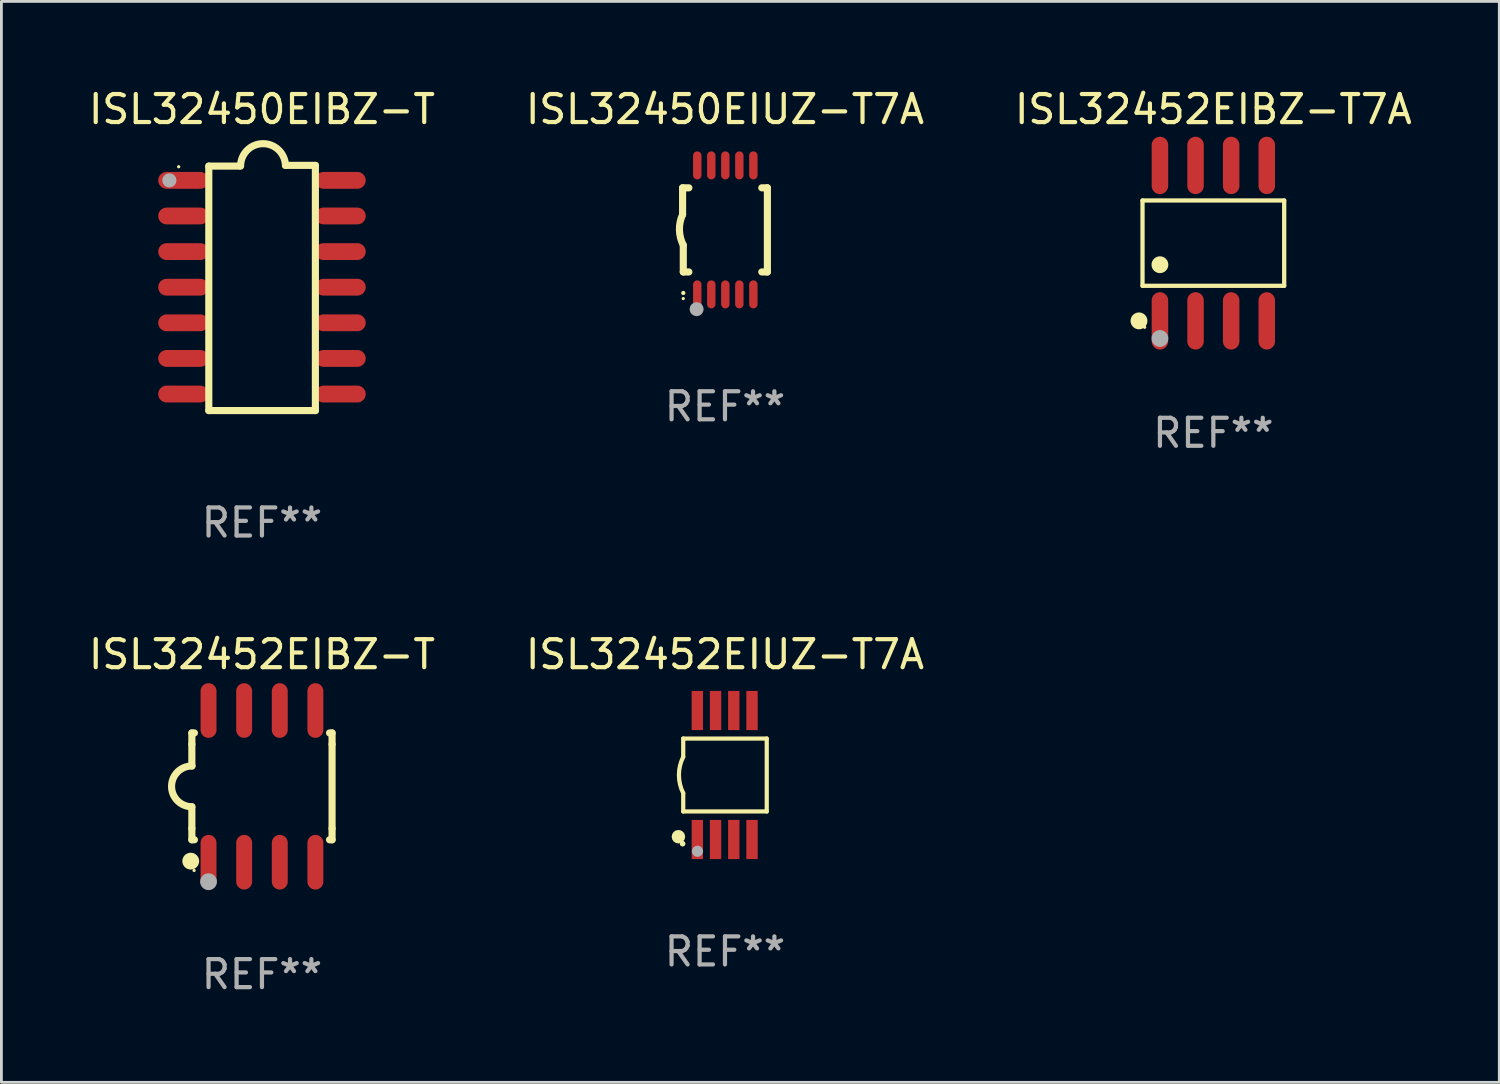
<source format=kicad_pcb>
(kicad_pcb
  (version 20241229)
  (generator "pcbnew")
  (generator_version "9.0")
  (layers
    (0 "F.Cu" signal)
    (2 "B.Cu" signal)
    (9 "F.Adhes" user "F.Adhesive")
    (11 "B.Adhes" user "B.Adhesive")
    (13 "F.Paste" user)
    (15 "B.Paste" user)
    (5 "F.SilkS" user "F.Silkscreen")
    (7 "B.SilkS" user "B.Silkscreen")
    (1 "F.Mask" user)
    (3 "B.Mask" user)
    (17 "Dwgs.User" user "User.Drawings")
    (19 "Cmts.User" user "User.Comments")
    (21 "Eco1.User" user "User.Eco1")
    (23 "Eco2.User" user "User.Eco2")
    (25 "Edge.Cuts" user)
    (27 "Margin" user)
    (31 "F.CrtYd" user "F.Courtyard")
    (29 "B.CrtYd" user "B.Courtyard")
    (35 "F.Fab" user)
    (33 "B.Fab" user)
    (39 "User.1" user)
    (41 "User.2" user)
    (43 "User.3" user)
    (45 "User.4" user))
  (footprint "ISL32450EIBZ-T"
    (layer "F.Cu")
    (at 6.292 7.22)
    (property "Reference" "ISL32450EIBZ-T" (at 0 -6.372 0) (layer "F.SilkS") (effects (font (size 1 1) (thickness 0.15))))
    (attr through_hole)
    (fp_line (start -1.896 -4.346) (end -0.813 -4.346) (stroke (width 0.254) (type solid)) (layer "F.SilkS"))
    (fp_line (start -1.896 4.372) (end -1.896 -4.346) (stroke (width 0.254) (type solid)) (layer "F.SilkS"))
    (fp_line (start 0.838 -4.372) (end 1.905 -4.372) (stroke (width 0.254) (type solid)) (layer "F.SilkS"))
    (fp_line (start 1.905 -4.372) (end 1.905 4.372) (stroke (width 0.254) (type solid)) (layer "F.SilkS"))
    (fp_line (start 1.905 4.372) (end -1.896 4.372) (stroke (width 0.254) (type solid)) (layer "F.SilkS"))
    (fp_arc (start -0.761799 -4.346291) (mid 0.025807 -5.146222) (end 0.838405 -4.371692) (stroke (width 0.254001) (type solid)) (layer "F.SilkS"))
    (fp_circle (center -2.97 -4.323) (end -2.94 -4.323) (stroke (width 0.06) (type solid)) (fill no) (layer "F.SilkS"))
    (fp_circle (center -3.302 -3.838) (end -3.175 -3.838) (stroke (width 0.254) (type solid)) (fill no) (layer "F.Fab"))
    (fp_text user "REF**" (at 0 8.372 0) (layer "F.Fab") (effects (font (size 1 1) (thickness 0.15))))
    (pad "1" smd oval (at -2.8 -3.838) (size 1.8 0.6) (layers "F.Cu" "F.Mask" "F.Paste"))
    (pad "2" smd oval (at -2.8 -2.568) (size 1.8 0.6) (layers "F.Cu" "F.Mask" "F.Paste"))
    (pad "3" smd oval (at -2.8 -1.298) (size 1.8 0.6) (layers "F.Cu" "F.Mask" "F.Paste"))
    (pad "4" smd oval (at -2.8 -0.028) (size 1.8 0.6) (layers "F.Cu" "F.Mask" "F.Paste"))
    (pad "5" smd oval (at -2.8 1.242) (size 1.8 0.6) (layers "F.Cu" "F.Mask" "F.Paste"))
    (pad "6" smd oval (at -2.8 2.512) (size 1.8 0.6) (layers "F.Cu" "F.Mask" "F.Paste"))
    (pad "7" smd oval (at -2.8 3.782) (size 1.8 0.6) (layers "F.Cu" "F.Mask" "F.Paste"))
    (pad "8" smd oval (at 2.8 3.782) (size 1.8 0.6) (layers "F.Cu" "F.Mask" "F.Paste"))
    (pad "9" smd oval (at 2.8 2.512) (size 1.8 0.6) (layers "F.Cu" "F.Mask" "F.Paste"))
    (pad "10" smd oval (at 2.8 1.242) (size 1.8 0.6) (layers "F.Cu" "F.Mask" "F.Paste"))
    (pad "11" smd oval (at 2.8 -0.028) (size 1.8 0.6) (layers "F.Cu" "F.Mask" "F.Paste"))
    (pad "12" smd oval (at 2.8 -1.298) (size 1.8 0.6) (layers "F.Cu" "F.Mask" "F.Paste"))
    (pad "13" smd oval (at 2.8 -2.568) (size 1.8 0.6) (layers "F.Cu" "F.Mask" "F.Paste"))
    (pad "14" smd oval (at 2.8 -3.838) (size 1.8 0.6) (layers "F.Cu" "F.Mask" "F.Paste")))
  (footprint "ISL32452EIBZ-T7A"
    (layer "F.Cu")
    (at 40.22 5.621)
    (property "Reference" "ISL32452EIBZ-T7A" (at 0 -4.772 0) (layer "F.SilkS") (effects (font (size 1 1) (thickness 0.15))))
    (attr through_hole)
    (fp_line (start -2.526 -1.521) (end 2.526 -1.521) (stroke (width 0.152) (type solid)) (layer "F.SilkS"))
    (fp_line (start -2.526 1.521) (end -2.526 -1.521) (stroke (width 0.152) (type solid)) (layer "F.SilkS"))
    (fp_line (start 2.526 -1.521) (end 2.526 1.521) (stroke (width 0.152) (type solid)) (layer "F.SilkS"))
    (fp_line (start 2.526 1.521) (end -2.526 1.521) (stroke (width 0.152) (type solid)) (layer "F.SilkS"))
    (fp_circle (center -2.652 2.772) (end -2.501 2.772) (stroke (width 0.3) (type solid)) (fill no) (layer "F.SilkS"))
    (fp_circle (center -2.45 3) (end -2.42 3) (stroke (width 0.06) (type solid)) (fill no) (layer "F.SilkS"))
    (fp_circle (center -1.905 0.769) (end -1.755 0.769) (stroke (width 0.3) (type solid)) (fill no) (layer "F.SilkS"))
    (fp_circle (center -1.905 3.4) (end -1.755 3.4) (stroke (width 0.3) (type solid)) (fill no) (layer "F.Fab"))
    (fp_text user "REF**" (at 0 6.772 0) (layer "F.Fab") (effects (font (size 1 1) (thickness 0.15))))
    (pad "1" smd oval (at -1.905 2.772) (size 0.588 2.045) (layers "F.Cu" "F.Mask" "F.Paste"))
    (pad "2" smd oval (at -0.635 2.772) (size 0.588 2.045) (layers "F.Cu" "F.Mask" "F.Paste"))
    (pad "3" smd oval (at 0.635 2.772) (size 0.588 2.045) (layers "F.Cu" "F.Mask" "F.Paste"))
    (pad "4" smd oval (at 1.905 2.772) (size 0.588 2.045) (layers "F.Cu" "F.Mask" "F.Paste"))
    (pad "5" smd oval (at 1.905 -2.772) (size 0.588 2.045) (layers "F.Cu" "F.Mask" "F.Paste"))
    (pad "6" smd oval (at 0.635 -2.772) (size 0.588 2.045) (layers "F.Cu" "F.Mask" "F.Paste"))
    (pad "7" smd oval (at -0.635 -2.772) (size 0.588 2.045) (layers "F.Cu" "F.Mask" "F.Paste"))
    (pad "8" smd oval (at -1.905 -2.772) (size 0.588 2.045) (layers "F.Cu" "F.Mask" "F.Paste")))
  (footprint "ISL32452EIBZ-T"
    (layer "F.Cu")
    (at 6.292 24.993)
    (property "Reference" "ISL32452EIBZ-T" (at 0 -4.705 0) (layer "F.SilkS") (effects (font (size 1 1) (thickness 0.15))))
    (attr through_hole)
    (fp_line (start -2.5 -1.905) (end -2.409 -1.905) (stroke (width 0.254) (type solid)) (layer "F.SilkS"))
    (fp_line (start -2.5 -1.5) (end -2.5 -1.905) (stroke (width 0.254) (type solid)) (layer "F.SilkS"))
    (fp_line (start -2.5 -1.5) (end -2.5 -0.726) (stroke (width 0.254) (type solid)) (layer "F.SilkS"))
    (fp_line (start -2.5 1.5) (end -2.5 0.727) (stroke (width 0.254) (type solid)) (layer "F.SilkS"))
    (fp_line (start -2.5 1.5) (end -2.5 1.905) (stroke (width 0.254) (type solid)) (layer "F.SilkS"))
    (fp_line (start -2.5 1.905) (end -2.409 1.905) (stroke (width 0.254) (type solid)) (layer "F.SilkS"))
    (fp_line (start 2.5 -1.905) (end 2.409 -1.905) (stroke (width 0.254) (type solid)) (layer "F.SilkS"))
    (fp_line (start 2.5 -1.5) (end 2.5 -1.905) (stroke (width 0.254) (type solid)) (layer "F.SilkS"))
    (fp_line (start 2.5 -1.5) (end 2.5 1.5) (stroke (width 0.254) (type solid)) (layer "F.SilkS"))
    (fp_line (start 2.5 1.5) (end 2.5 1.905) (stroke (width 0.254) (type solid)) (layer "F.SilkS"))
    (fp_line (start 2.5 1.905) (end 2.409 1.905) (stroke (width 0.254) (type solid)) (layer "F.SilkS"))
    (fp_arc (start -2.5 0.726568) (mid -3.220316 -0.0023) (end -2.495097 -0.726289) (stroke (width 0.254001) (type solid)) (layer "F.SilkS"))
    (fp_circle (center -2.54 2.667) (end -2.39 2.667) (stroke (width 0.3) (type solid)) (fill no) (layer "F.SilkS"))
    (fp_circle (center -2.42 3) (end -2.39 3) (stroke (width 0.06) (type solid)) (fill no) (layer "F.SilkS"))
    (fp_circle (center -1.905 3.4) (end -1.755 3.4) (stroke (width 0.3) (type solid)) (fill no) (layer "F.Fab"))
    (fp_text user "REF**" (at 0 6.705 0) (layer "F.Fab") (effects (font (size 1 1) (thickness 0.15))))
    (pad "1" smd oval (at -1.905 2.705) (size 0.568 1.95) (layers "F.Cu" "F.Mask" "F.Paste"))
    (pad "2" smd oval (at -0.635 2.705) (size 0.568 1.95) (layers "F.Cu" "F.Mask" "F.Paste"))
    (pad "3" smd oval (at 0.635 2.705) (size 0.568 1.95) (layers "F.Cu" "F.Mask" "F.Paste"))
    (pad "4" smd oval (at 1.905 2.705) (size 0.568 1.95) (layers "F.Cu" "F.Mask" "F.Paste"))
    (pad "5" smd oval (at 1.905 -2.705) (size 0.568 1.95) (layers "F.Cu" "F.Mask" "F.Paste"))
    (pad "6" smd oval (at 0.635 -2.705) (size 0.568 1.95) (layers "F.Cu" "F.Mask" "F.Paste"))
    (pad "7" smd oval (at -0.635 -2.705) (size 0.568 1.95) (layers "F.Cu" "F.Mask" "F.Paste"))
    (pad "8" smd oval (at -1.905 -2.705) (size 0.568 1.95) (layers "F.Cu" "F.Mask" "F.Paste")))
  (footprint "ISL32450EIUZ-T7A"
    (layer "F.Cu")
    (at 22.804 5.148)
    (property "Reference" "ISL32450EIUZ-T7A" (at 0 -4.3 0) (layer "F.SilkS") (effects (font (size 1 1) (thickness 0.15))))
    (attr through_hole)
    (fp_line (start -1.512 -1.5) (end -1.512 -0.546) (stroke (width 0.254) (type solid)) (layer "F.SilkS"))
    (fp_line (start -1.487 0.546) (end -1.487 1.5) (stroke (width 0.254) (type solid)) (layer "F.SilkS"))
    (fp_line (start -1.288 -1.5) (end -1.512 -1.5) (stroke (width 0.254) (type solid)) (layer "F.SilkS"))
    (fp_line (start -1.288 1.5) (end -1.487 1.5) (stroke (width 0.254) (type solid)) (layer "F.SilkS"))
    (fp_line (start 1.512 -1.5) (end 1.312 -1.5) (stroke (width 0.254) (type solid)) (layer "F.SilkS"))
    (fp_line (start 1.512 -1.5) (end 1.512 1.5) (stroke (width 0.254) (type solid)) (layer "F.SilkS"))
    (fp_line (start 1.512 1.5) (end 1.312 1.5) (stroke (width 0.254) (type solid)) (layer "F.SilkS"))
    (fp_arc (start -1.487998 2.250013) (mid -1.486728 2.250007) (end -1.485458 2.250013) (stroke (width 0.150013) (type solid)) (layer "F.SilkS"))
    (fp_arc (start -1.486602 0.546102) (mid -1.624196 0.002905) (end -1.512002 -0.546101) (stroke (width 0.254001) (type solid)) (layer "F.SilkS"))
    (fp_circle (center -1.488 2.45) (end -1.458 2.45) (stroke (width 0.06) (type solid)) (fill no) (layer "F.SilkS"))
    (fp_circle (center -1.012 2.828) (end -0.887 2.828) (stroke (width 0.25) (type solid)) (fill no) (layer "F.Fab"))
    (fp_text user "REF**" (at 0 6.3 0) (layer "F.Fab") (effects (font (size 1 1) (thickness 0.15))))
    (pad "1" smd oval (at -0.988 2.3) (size 0.3 1) (layers "F.Cu" "F.Mask" "F.Paste"))
    (pad "2" smd oval (at -0.488 2.3) (size 0.3 1) (layers "F.Cu" "F.Mask" "F.Paste"))
    (pad "3" smd oval (at 0.012 2.3) (size 0.3 1) (layers "F.Cu" "F.Mask" "F.Paste"))
    (pad "4" smd oval (at 0.512 2.3) (size 0.3 1) (layers "F.Cu" "F.Mask" "F.Paste"))
    (pad "5" smd oval (at 1.012 2.3) (size 0.3 1) (layers "F.Cu" "F.Mask" "F.Paste"))
    (pad "6" smd oval (at 1.012 -2.3) (size 0.3 1) (layers "F.Cu" "F.Mask" "F.Paste"))
    (pad "7" smd oval (at 0.512 -2.3) (size 0.3 1) (layers "F.Cu" "F.Mask" "F.Paste"))
    (pad "8" smd oval (at 0.012 -2.3) (size 0.3 1) (layers "F.Cu" "F.Mask" "F.Paste"))
    (pad "9" smd oval (at -0.488 -2.3) (size 0.3 1) (layers "F.Cu" "F.Mask" "F.Paste"))
    (pad "10" smd oval (at -0.988 -2.3) (size 0.3 1) (layers "F.Cu" "F.Mask" "F.Paste")))
  (footprint "ISL32452EIUZ-T7A"
    (layer "F.Cu")
    (at 22.804 24.588)
    (property "Reference" "ISL32452EIUZ-T7A" (at 0 -4.3 0) (layer "F.SilkS") (effects (font (size 1 1) (thickness 0.15))))
    (attr through_hole)
    (fp_line (start -1.489 -1.3) (end -1.489 -0.648) (stroke (width 0.15) (type solid)) (layer "F.SilkS"))
    (fp_line (start -1.489 0.648) (end -1.489 1.3) (stroke (width 0.15) (type solid)) (layer "F.SilkS"))
    (fp_line (start -1.489 1.3) (end 1.489 1.3) (stroke (width 0.15) (type solid)) (layer "F.SilkS"))
    (fp_line (start 1.489 -1.3) (end -1.489 -1.3) (stroke (width 0.15) (type solid)) (layer "F.SilkS"))
    (fp_line (start 1.489 1.3) (end 1.489 -1.3) (stroke (width 0.15) (type solid)) (layer "F.SilkS"))
    (fp_arc (start -1.489205 0.647702) (mid -1.642107 0) (end -1.489205 -0.647701) (stroke (width 0.150013) (type solid)) (layer "F.SilkS"))
    (fp_circle (center -1.661 2.2) (end -1.541 2.2) (stroke (width 0.24) (type solid)) (fill no) (layer "F.SilkS"))
    (fp_circle (center -1.511 2.45) (end -1.461 2.45) (stroke (width 0.1) (type solid)) (fill no) (layer "F.SilkS"))
    (fp_circle (center -0.981 2.72) (end -0.881 2.72) (stroke (width 0.2) (type solid)) (fill no) (layer "F.Fab"))
    (fp_text user "REF**" (at 0 6.3 0) (layer "F.Fab") (effects (font (size 1 1) (thickness 0.15))))
    (pad "1" smd rect (at -0.986 2.3) (size 0.406 1.397) (layers "F.Cu" "F.Mask" "F.Paste"))
    (pad "2" smd rect (at -0.336 2.3) (size 0.406 1.397) (layers "F.Cu" "F.Mask" "F.Paste"))
    (pad "3" smd rect (at 0.314 2.3) (size 0.406 1.397) (layers "F.Cu" "F.Mask" "F.Paste"))
    (pad "4" smd rect (at 0.964 2.3) (size 0.406 1.397) (layers "F.Cu" "F.Mask" "F.Paste"))
    (pad "5" smd rect (at 0.964 -2.3) (size 0.406 1.397) (layers "F.Cu" "F.Mask" "F.Paste"))
    (pad "6" smd rect (at 0.314 -2.3) (size 0.406 1.397) (layers "F.Cu" "F.Mask" "F.Paste"))
    (pad "7" smd rect (at -0.336 -2.3) (size 0.406 1.397) (layers "F.Cu" "F.Mask" "F.Paste"))
    (pad "8" smd rect (at -0.986 -2.3) (size 0.406 1.397) (layers "F.Cu" "F.Mask" "F.Paste")))
  (gr_rect
    (start -3 -3)
    (end 50.417 35.547)
    (stroke (width 0.1) (type default))
    (fill no)
    (layer "Edge.Cuts")))
</source>
